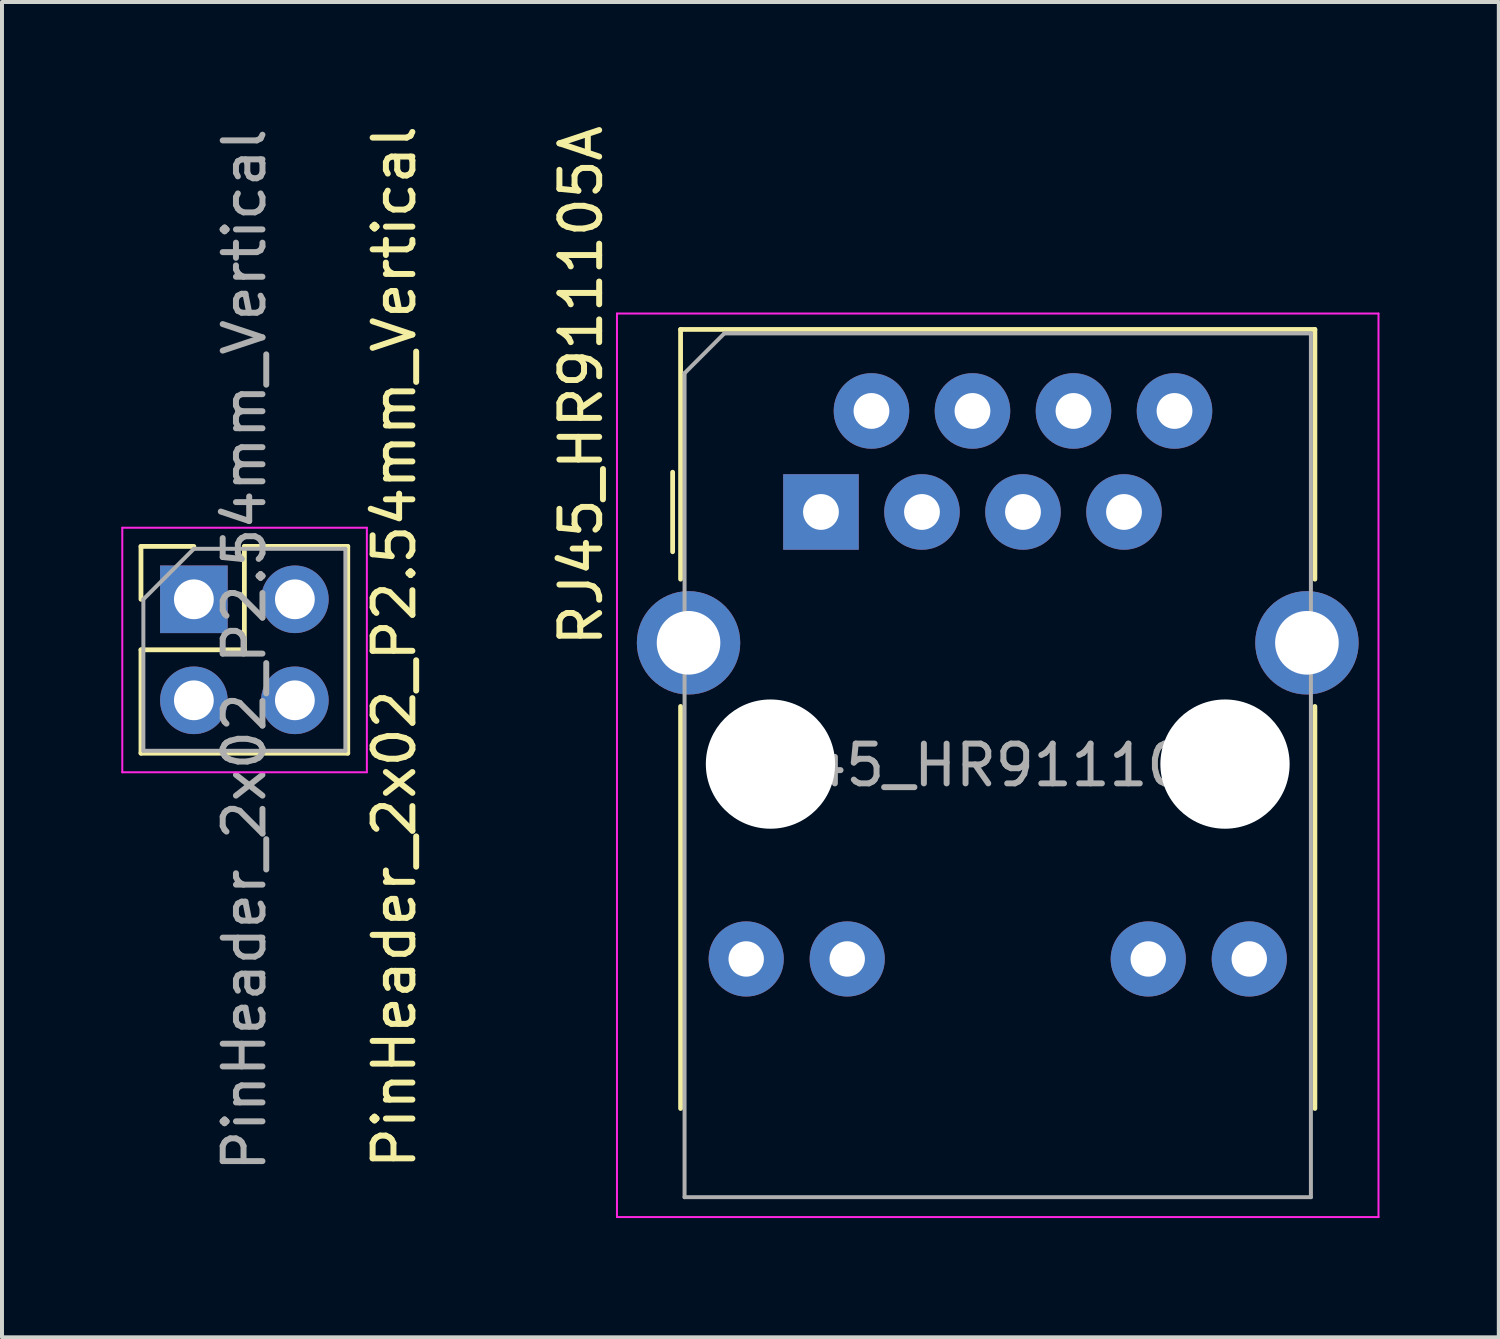
<source format=kicad_pcb>
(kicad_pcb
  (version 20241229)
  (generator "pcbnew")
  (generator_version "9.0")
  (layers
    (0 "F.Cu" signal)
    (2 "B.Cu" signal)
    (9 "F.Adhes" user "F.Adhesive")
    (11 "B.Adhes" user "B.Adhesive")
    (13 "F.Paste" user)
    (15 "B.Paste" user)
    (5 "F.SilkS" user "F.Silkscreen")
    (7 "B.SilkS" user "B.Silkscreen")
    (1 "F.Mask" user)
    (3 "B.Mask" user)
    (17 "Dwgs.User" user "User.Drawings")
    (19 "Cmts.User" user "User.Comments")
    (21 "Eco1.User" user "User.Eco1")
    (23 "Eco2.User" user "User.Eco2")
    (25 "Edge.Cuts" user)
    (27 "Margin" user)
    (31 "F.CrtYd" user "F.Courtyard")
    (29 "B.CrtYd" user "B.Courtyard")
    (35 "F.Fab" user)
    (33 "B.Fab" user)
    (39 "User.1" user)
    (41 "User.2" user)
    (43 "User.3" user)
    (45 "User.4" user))
  (footprint "PinHeader_2x02_P2.54mm_Vertical"
    (layer "F.Cu")
    (at 1.825 12.02)
    (property "Reference" "PinHeader_2x02_P2.54mm_Vertical" (at 5.04 1.2 90) (layer "F.SilkS") (effects (font (size 1 1) (thickness 0.15))))
    (attr through_hole)
    (fp_line (start -1.33 -1.33) (end 0 -1.33) (stroke (width 0.12) (type solid)) (layer "F.SilkS"))
    (fp_line (start -1.33 0) (end -1.33 -1.33) (stroke (width 0.12) (type solid)) (layer "F.SilkS"))
    (fp_line (start -1.33 1.27) (end -1.33 3.87) (stroke (width 0.12) (type solid)) (layer "F.SilkS"))
    (fp_line (start -1.33 1.27) (end 1.27 1.27) (stroke (width 0.12) (type solid)) (layer "F.SilkS"))
    (fp_line (start -1.33 3.87) (end 3.87 3.87) (stroke (width 0.12) (type solid)) (layer "F.SilkS"))
    (fp_line (start 1.27 -1.33) (end 3.87 -1.33) (stroke (width 0.12) (type solid)) (layer "F.SilkS"))
    (fp_line (start 1.27 1.27) (end 1.27 -1.33) (stroke (width 0.12) (type solid)) (layer "F.SilkS"))
    (fp_line (start 3.87 -1.33) (end 3.87 3.87) (stroke (width 0.12) (type solid)) (layer "F.SilkS"))
    (fp_line (start -1.8 -1.8) (end -1.8 4.35) (stroke (width 0.05) (type solid)) (layer "F.CrtYd"))
    (fp_line (start -1.8 4.35) (end 4.35 4.35) (stroke (width 0.05) (type solid)) (layer "F.CrtYd"))
    (fp_line (start 4.35 -1.8) (end -1.8 -1.8) (stroke (width 0.05) (type solid)) (layer "F.CrtYd"))
    (fp_line (start 4.35 4.35) (end 4.35 -1.8) (stroke (width 0.05) (type solid)) (layer "F.CrtYd"))
    (fp_line (start -1.27 0) (end 0 -1.27) (stroke (width 0.1) (type solid)) (layer "F.Fab"))
    (fp_line (start -1.27 3.81) (end -1.27 0) (stroke (width 0.1) (type solid)) (layer "F.Fab"))
    (fp_line (start 0 -1.27) (end 3.81 -1.27) (stroke (width 0.1) (type solid)) (layer "F.Fab"))
    (fp_line (start 3.81 -1.27) (end 3.81 3.81) (stroke (width 0.1) (type solid)) (layer "F.Fab"))
    (fp_line (start 3.81 3.81) (end -1.27 3.81) (stroke (width 0.1) (type solid)) (layer "F.Fab"))
    (fp_text user "${REFERENCE}" (at 1.27 1.27 270) (layer "F.Fab") (effects (font (size 1 1) (thickness 0.15))))
    (pad "1" thru_hole rect (at 0 0) (size 1.7 1.7) (drill 1) (layers "*.Cu" "*.Mask"))
    (pad "2" thru_hole oval (at 2.54 0) (size 1.7 1.7) (drill 1) (layers "*.Cu" "*.Mask"))
    (pad "3" thru_hole oval (at 0 2.54) (size 1.7 1.7) (drill 1) (layers "*.Cu" "*.Mask"))
    (pad "4" thru_hole oval (at 2.54 2.54) (size 1.7 1.7) (drill 1) (layers "*.Cu" "*.Mask")))
  (footprint "RJ45_HR911105A"
    (layer "F.Cu")
    (at 17.594 9.824)
    (property "Reference" "RJ45_HR911105A" (at -6.032 -3.175 90) (layer "F.SilkS") (effects (font (size 1 1) (thickness 0.15))))
    (attr through_hole)
    (fp_line (start -3.73 -1) (end -3.73 1) (stroke (width 0.12) (type solid)) (layer "F.SilkS"))
    (fp_line (start -3.53 -4.59) (end 12.42 -4.59) (stroke (width 0.12) (type solid)) (layer "F.SilkS"))
    (fp_line (start -3.53 1.69) (end -3.53 -4.59) (stroke (width 0.12) (type solid)) (layer "F.SilkS"))
    (fp_line (start -3.53 15) (end -3.53 4.89) (stroke (width 0.12) (type solid)) (layer "F.SilkS"))
    (fp_line (start 12.42 -4.59) (end 12.42 1.69) (stroke (width 0.12) (type solid)) (layer "F.SilkS"))
    (fp_line (start 12.42 4.89) (end 12.42 15) (stroke (width 0.12) (type solid)) (layer "F.SilkS"))
    (fp_line (start -5.13 -4.99) (end -5.13 17.73) (stroke (width 0.05) (type solid)) (layer "F.CrtYd"))
    (fp_line (start -5.13 17.73) (end 14.02 17.73) (stroke (width 0.05) (type solid)) (layer "F.CrtYd"))
    (fp_line (start 14.02 -4.99) (end -5.13 -4.99) (stroke (width 0.05) (type solid)) (layer "F.CrtYd"))
    (fp_line (start 14.02 17.73) (end 14.02 -4.99) (stroke (width 0.05) (type solid)) (layer "F.CrtYd"))
    (fp_line (start -3.43 -3.49) (end -2.43 -4.49) (stroke (width 0.1) (type solid)) (layer "F.Fab"))
    (fp_line (start -3.43 17.23) (end -3.43 -3.49) (stroke (width 0.1) (type solid)) (layer "F.Fab"))
    (fp_line (start -2.43 -4.49) (end 12.32 -4.49) (stroke (width 0.1) (type solid)) (layer "F.Fab"))
    (fp_line (start 12.32 -4.49) (end 12.32 17.23) (stroke (width 0.1) (type solid)) (layer "F.Fab"))
    (fp_line (start 12.32 17.23) (end -3.43 17.23) (stroke (width 0.1) (type solid)) (layer "F.Fab"))
    (fp_text user "${REFERENCE}" (at 4.445 6.37 0) (layer "F.Fab") (effects (font (size 1 1) (thickness 0.15))))
    (pad "" np_thru_hole circle (at -1.27 6.34) (size 3.25 3.25) (drill 3.25) (layers "*.Cu" "*.Mask"))
    (pad "" np_thru_hole circle (at 10.16 6.34) (size 3.25 3.25) (drill 3.25) (layers "*.Cu" "*.Mask"))
    (pad "13" thru_hole circle (at -3.33 3.29) (size 2.6 2.6) (drill 1.6) (layers "*.Cu" "*.Mask"))
    (pad "13" thru_hole circle (at 12.22 3.29) (size 2.6 2.6) (drill 1.6) (layers "*.Cu" "*.Mask"))
    (pad "L1" thru_hole circle (at 10.77 11.24) (size 1.89 1.89) (drill 0.89) (layers "*.Cu" "*.Mask"))
    (pad "L2" thru_hole circle (at 8.23 11.24) (size 1.89 1.89) (drill 0.89) (layers "*.Cu" "*.Mask"))
    (pad "L3" thru_hole circle (at 0.66 11.24) (size 1.89 1.89) (drill 0.89) (layers "*.Cu" "*.Mask"))
    (pad "L4" thru_hole circle (at -1.88 11.24) (size 1.89 1.89) (drill 0.89) (layers "*.Cu" "*.Mask"))
    (pad "R1" thru_hole rect (at 0 0) (size 1.9 1.9) (drill 0.9) (layers "*.Cu" "*.Mask"))
    (pad "R2" thru_hole circle (at 1.27 -2.54) (size 1.9 1.9) (drill 0.9) (layers "*.Cu" "*.Mask"))
    (pad "R3" thru_hole circle (at 2.54 0) (size 1.9 1.9) (drill 0.9) (layers "*.Cu" "*.Mask"))
    (pad "R4" thru_hole circle (at 3.81 -2.54) (size 1.9 1.9) (drill 0.9) (layers "*.Cu" "*.Mask"))
    (pad "R5" thru_hole circle (at 5.08 0) (size 1.9 1.9) (drill 0.9) (layers "*.Cu" "*.Mask"))
    (pad "R6" thru_hole circle (at 6.35 -2.54) (size 1.9 1.9) (drill 0.9) (layers "*.Cu" "*.Mask"))
    (pad "R7" thru_hole circle (at 7.62 0) (size 1.9 1.9) (drill 0.9) (layers "*.Cu" "*.Mask"))
    (pad "R8" thru_hole circle (at 8.89 -2.54) (size 1.9 1.9) (drill 0.9) (layers "*.Cu" "*.Mask")))
  (gr_rect
    (start -3 -3)
    (end 34.639 30.579)
    (stroke (width 0.1) (type default))
    (fill no)
    (layer "Edge.Cuts")))
</source>
